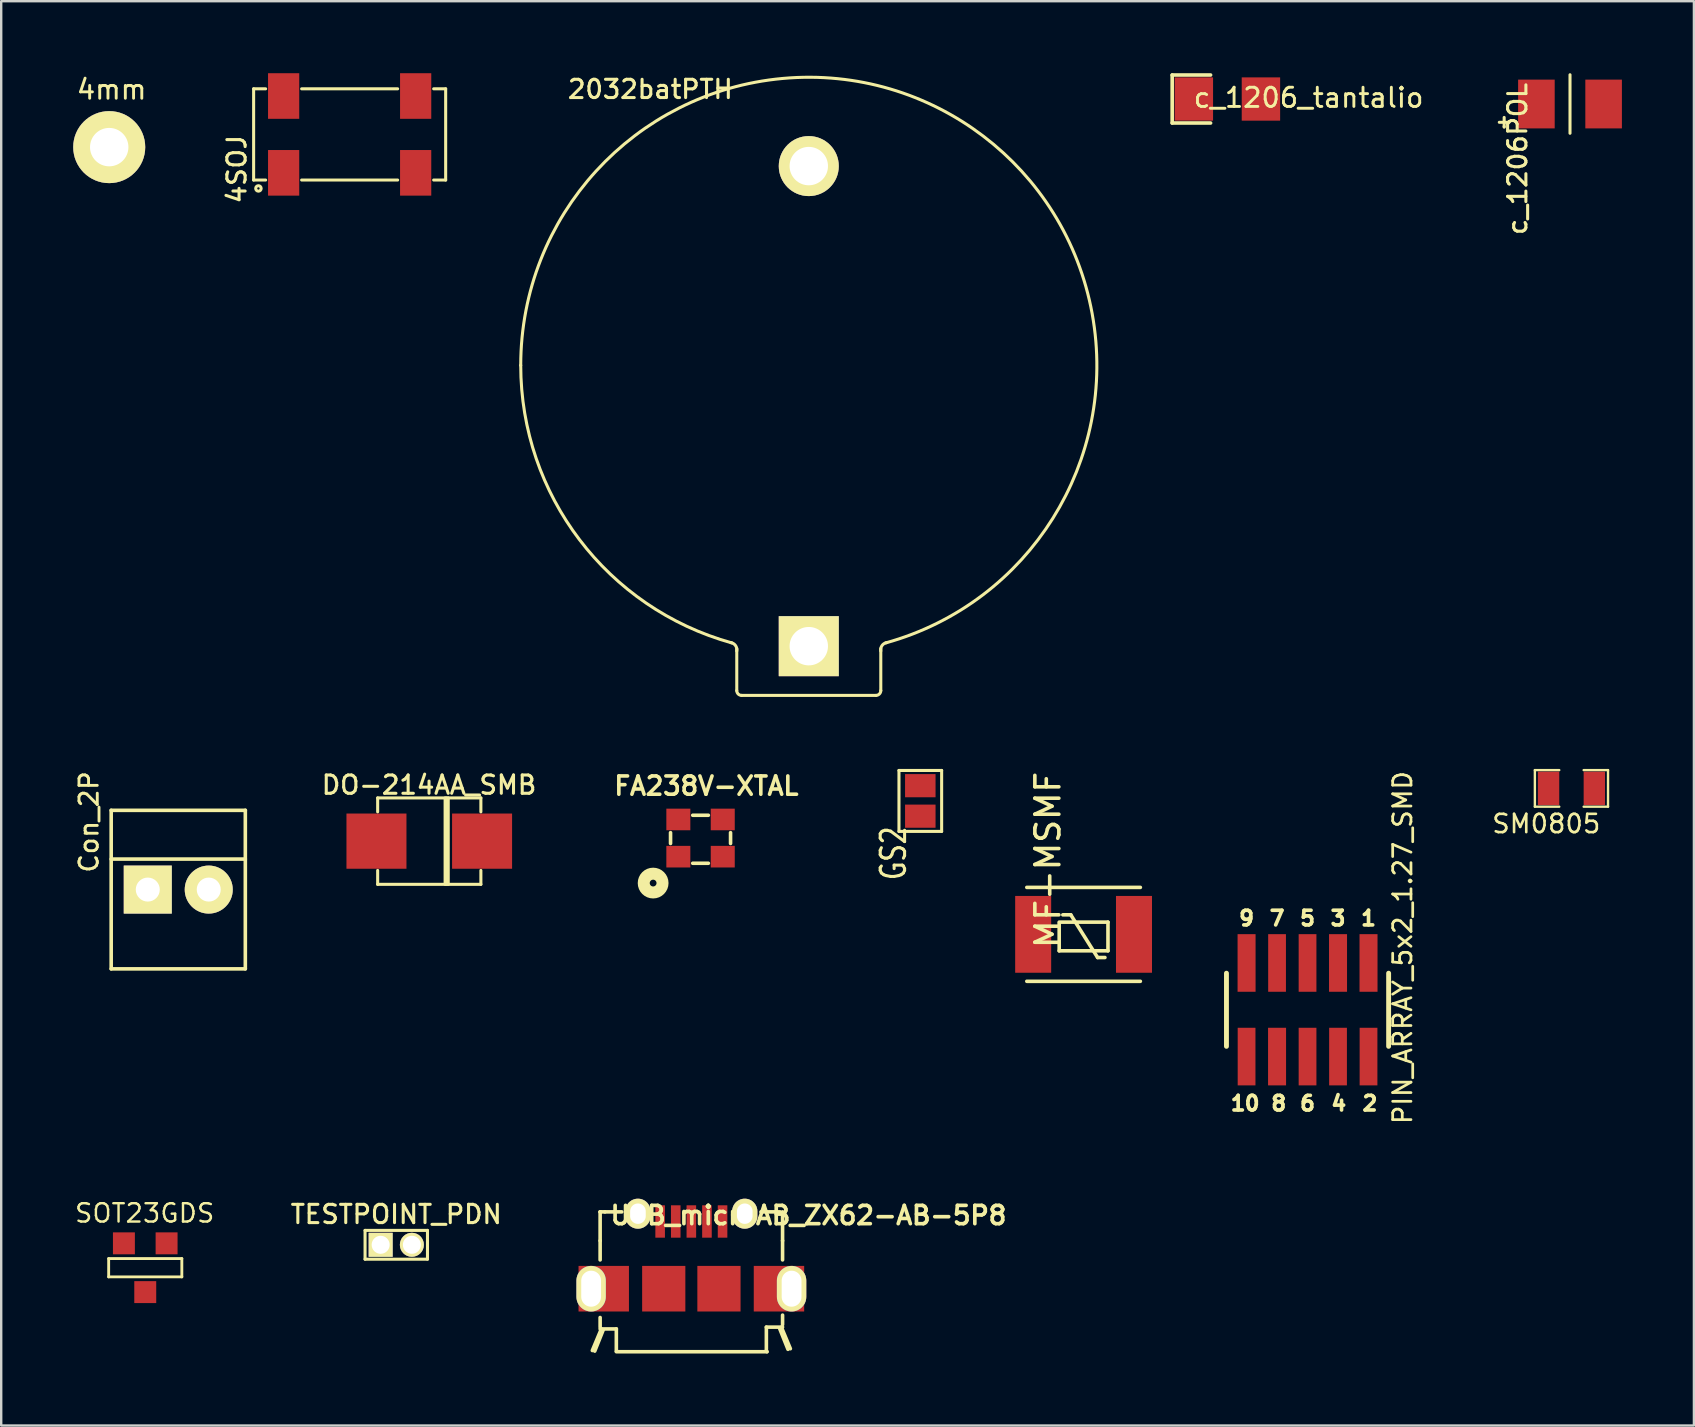
<source format=kicad_pcb>
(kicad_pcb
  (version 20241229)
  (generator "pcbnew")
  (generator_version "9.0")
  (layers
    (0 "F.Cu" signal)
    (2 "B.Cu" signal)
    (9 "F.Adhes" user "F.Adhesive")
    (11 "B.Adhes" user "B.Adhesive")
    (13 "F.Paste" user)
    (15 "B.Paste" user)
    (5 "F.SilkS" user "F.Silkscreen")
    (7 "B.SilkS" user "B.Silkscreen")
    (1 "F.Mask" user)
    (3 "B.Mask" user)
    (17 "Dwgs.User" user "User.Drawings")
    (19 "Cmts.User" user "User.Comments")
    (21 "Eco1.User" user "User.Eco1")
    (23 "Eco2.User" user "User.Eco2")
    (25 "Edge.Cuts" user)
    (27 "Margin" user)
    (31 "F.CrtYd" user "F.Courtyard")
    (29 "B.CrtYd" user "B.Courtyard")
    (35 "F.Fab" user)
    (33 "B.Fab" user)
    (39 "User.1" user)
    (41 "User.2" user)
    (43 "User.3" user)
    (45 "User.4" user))
  (footprint "SM0805"
    (layer "F.Cu")
    (at 62.415 29.794)
    (property "Reference" "SM0805" (at -1.048 1.474 0) (layer "F.SilkS") (effects (font (size 0.762 0.762) (thickness 0.109))))
    (attr smd)
    (fp_line (start -1.524 -0.762) (end -0.508 -0.762) (stroke (width 0.099) (type solid)) (layer "F.SilkS"))
    (fp_line (start -1.524 0.762) (end -1.524 -0.762) (stroke (width 0.099) (type solid)) (layer "F.SilkS"))
    (fp_line (start -0.508 0.762) (end -1.524 0.762) (stroke (width 0.099) (type solid)) (layer "F.SilkS"))
    (fp_line (start 0.508 -0.762) (end 1.524 -0.762) (stroke (width 0.099) (type solid)) (layer "F.SilkS"))
    (fp_line (start 1.524 -0.762) (end 1.524 0.762) (stroke (width 0.099) (type solid)) (layer "F.SilkS"))
    (fp_line (start 1.524 0.762) (end 0.508 0.762) (stroke (width 0.099) (type solid)) (layer "F.SilkS"))
    (pad "1" smd rect (at -0.953 0) (size 0.889 1.397) (layers "F.Cu" "F.Mask" "F.Paste"))
    (pad "2" smd rect (at 0.953 0) (size 0.889 1.397) (layers "F.Cu" "F.Mask" "F.Paste")))
  (footprint "GS2"
    (layer "F.Cu")
    (at 35.289 30.316)
    (property "Reference" "GS2" (at -1.118 2.184 90) (layer "F.SilkS") (effects (font (size 1.016 0.762) (thickness 0.127))))
    (attr exclude_from_pos_files exclude_from_bom)
    (fp_line (start -0.889 -1.27) (end -0.889 1.27) (stroke (width 0.127) (type solid)) (layer "F.SilkS"))
    (fp_line (start -0.889 -1.27) (end 0.889 -1.27) (stroke (width 0.127) (type solid)) (layer "F.SilkS"))
    (fp_line (start 0.889 1.27) (end -0.889 1.27) (stroke (width 0.127) (type solid)) (layer "F.SilkS"))
    (fp_line (start 0.889 1.27) (end 0.889 -1.27) (stroke (width 0.127) (type solid)) (layer "F.SilkS"))
    (pad "1" smd rect (at 0 -0.635) (size 1.27 0.965) (layers "F.Cu" "F.Mask" "F.Paste"))
    (pad "2" smd rect (at 0 0.635) (size 1.27 0.965) (layers "F.Cu" "F.Mask" "F.Paste")))
  (footprint "2032batPTH"
    (layer "F.Cu")
    (at 30.643 12.169)
    (property "Reference" "2032batPTH" (at -6.6 -11.5 0) (layer "F.SilkS") (effects (font (size 0.762 0.762) (thickness 0.127))))
    (attr through_hole)
    (fp_line (start -3 13.55) (end -3 11.8) (stroke (width 0.127) (type solid)) (layer "F.SilkS"))
    (fp_line (start -2.8 13.75) (end 2.8 13.75) (stroke (width 0.127) (type solid)) (layer "F.SilkS"))
    (fp_line (start 3 13.55) (end 3 11.8) (stroke (width 0.127) (type solid)) (layer "F.SilkS"))
    (fp_arc (start -12 0) (mid 7.263528 -9.552024) (end 3.206861 11.563565) (stroke (width 0.127) (type solid)) (layer "F.SilkS"))
    (fp_arc (start -3.25 11.55) (mid -3.052513 11.673223) (end -3 11.9) (stroke (width 0.127) (type solid)) (layer "F.SilkS"))
    (fp_arc (start -3.206861 11.563565) (mid -9.552024 7.263527) (end -12 0) (stroke (width 0.127) (type solid)) (layer "F.SilkS"))
    (fp_arc (start -2.8 13.75) (mid -2.941421 13.691421) (end -3 13.55) (stroke (width 0.127) (type solid)) (layer "F.SilkS"))
    (fp_arc (start 3 11.9) (mid 3.052513 11.673223) (end 3.25 11.55) (stroke (width 0.127) (type solid)) (layer "F.SilkS"))
    (fp_arc (start 3 13.55) (mid 2.941421 13.691421) (end 2.8 13.75) (stroke (width 0.127) (type solid)) (layer "F.SilkS"))
    (pad "1" thru_hole rect (at 0 11.7) (size 2.5 2.5) (drill 1.6) (layers "*.Cu" "*.Mask" "F.SilkS"))
    (pad "2" thru_hole circle (at 0 -8.3) (size 2.5 2.5) (drill 1.6) (layers "*.Cu" "*.Mask" "F.SilkS")))
  (footprint "SOT23GDS"
    (layer "F.Cu")
    (at 3.001 49.762)
    (property "Reference" "SOT23GDS" (at -0.024 -2.272 0) (layer "F.SilkS") (effects (font (size 0.762 0.762) (thickness 0.1))))
    (attr smd)
    (fp_line (start -1.524 -0.381) (end 1.524 -0.381) (stroke (width 0.119) (type solid)) (layer "F.SilkS"))
    (fp_line (start -1.524 0.381) (end -1.524 -0.381) (stroke (width 0.119) (type solid)) (layer "F.SilkS"))
    (fp_line (start 1.524 -0.381) (end 1.524 0.381) (stroke (width 0.119) (type solid)) (layer "F.SilkS"))
    (fp_line (start 1.524 0.381) (end -1.524 0.381) (stroke (width 0.119) (type solid)) (layer "F.SilkS"))
    (pad "D" smd rect (at 0 1.016) (size 0.914 0.914) (layers "F.Cu" "F.Mask" "F.Paste"))
    (pad "G" smd rect (at 0.889 -1.016) (size 0.914 0.914) (layers "F.Cu" "F.Mask" "F.Paste"))
    (pad "S" smd rect (at -0.889 -1.016) (size 0.914 0.914) (layers "F.Cu" "F.Mask" "F.Paste")))
  (footprint "TESTPOINT_PDN"
    (layer "F.Cu")
    (at 13.458 48.807)
    (property "Reference" "TESTPOINT_PDN" (at 0 -1.27 0) (layer "F.SilkS") (effects (font (size 0.762 0.762) (thickness 0.127))))
    (attr through_hole)
    (fp_line (start -1.3 -0.6) (end 1.3 -0.6) (stroke (width 0.127) (type solid)) (layer "F.SilkS"))
    (fp_line (start -1.3 0.6) (end -1.3 -0.6) (stroke (width 0.127) (type solid)) (layer "F.SilkS"))
    (fp_line (start 1.3 -0.6) (end 1.3 0.6) (stroke (width 0.127) (type solid)) (layer "F.SilkS"))
    (fp_line (start 1.3 0.6) (end -1.3 0.6) (stroke (width 0.127) (type solid)) (layer "F.SilkS"))
    (pad "1" thru_hole rect (at -0.65 0) (size 1 1) (drill 0.75) (layers "*.Cu" "*.Mask" "F.SilkS"))
    (pad "2" thru_hole circle (at 0.65 0) (size 1 1) (drill 0.75) (layers "*.Cu" "*.Mask" "F.SilkS")))
  (footprint "Con_2P"
    (layer "F.Cu")
    (at 4.376 32.231)
    (property "Reference" "Con_2P" (at -3.72 -1.04 90) (layer "F.SilkS") (effects (font (size 0.762 0.762) (thickness 0.12))))
    (attr through_hole)
    (fp_line (start -2.794 -1.524) (end -2.794 5.08) (stroke (width 0.15) (type solid)) (layer "F.SilkS"))
    (fp_line (start -2.794 0.508) (end 2.794 0.508) (stroke (width 0.15) (type solid)) (layer "F.SilkS"))
    (fp_line (start -2.794 5.08) (end 2.794 5.08) (stroke (width 0.15) (type solid)) (layer "F.SilkS"))
    (fp_line (start 2.794 -1.524) (end -2.794 -1.524) (stroke (width 0.15) (type solid)) (layer "F.SilkS"))
    (fp_line (start 2.794 5.08) (end 2.794 -1.524) (stroke (width 0.15) (type solid)) (layer "F.SilkS"))
    (pad "1" thru_hole rect (at -1.27 1.778) (size 2 2) (drill 1) (layers "*.Cu" "*.Mask" "F.SilkS"))
    (pad "2" thru_hole circle (at 1.27 1.778) (size 2 2) (drill 1) (layers "*.Cu" "*.Mask" "F.SilkS")))
  (footprint "USB_microAB_ZX62-AB-5P8"
    (layer "F.Cu")
    (at 25.751 47.836)
    (property "Reference" "USB_microAB_ZX62-AB-5P8" (at 4.879 -0.254 0) (layer "F.SilkS") (effects (font (size 0.762 0.762) (thickness 0.152))))
    (attr smd)
    (fp_line (start -3.8 -0.4) (end -3.775 -0.4) (stroke (width 0.15) (type solid)) (layer "F.SilkS"))
    (fp_line (start -3.8 -0.4) (end -3.6 -0.4) (stroke (width 0.15) (type solid)) (layer "F.SilkS"))
    (fp_line (start -3.8 0.8) (end -3.8 -0.4) (stroke (width 0.15) (type solid)) (layer "F.SilkS"))
    (fp_line (start -3.8 4.475) (end -3.125 4.475) (stroke (width 0.15) (type solid)) (layer "F.SilkS"))
    (fp_line (start -3.8 1.6) (end -3.8 0.8) (stroke (width 0.15) (type solid)) (layer "F.SilkS"))
    (fp_line (start -3.8 4.4) (end -3.8 4.001) (stroke (width 0.15) (type solid)) (layer "F.SilkS"))
    (fp_line (start -3.75 4.475) (end -4.125 5.375) (stroke (width 0.15) (type solid)) (layer "F.SilkS"))
    (fp_line (start -3.675 4.525) (end -4.025 5.4) (stroke (width 0.15) (type solid)) (layer "F.SilkS"))
    (fp_line (start -3.6 -0.4) (end -2.9 -0.4) (stroke (width 0.15) (type solid)) (layer "F.SilkS"))
    (fp_line (start -3.125 4.475) (end -3.125 5.4) (stroke (width 0.15) (type solid)) (layer "F.SilkS"))
    (fp_line (start -3.125 5.425) (end 3.15 5.425) (stroke (width 0.15) (type solid)) (layer "F.SilkS"))
    (fp_line (start 3.125 4.4) (end 3.125 5.325) (stroke (width 0.15) (type solid)) (layer "F.SilkS"))
    (fp_line (start 3.15 5.425) (end 3.125 5.375) (stroke (width 0.15) (type solid)) (layer "F.SilkS"))
    (fp_line (start 3.675 4.45) (end 4.025 5.325) (stroke (width 0.15) (type solid)) (layer "F.SilkS"))
    (fp_line (start 3.7 -0.4) (end 2.9 -0.4) (stroke (width 0.15) (type solid)) (layer "F.SilkS"))
    (fp_line (start 3.75 4.4) (end 4.125 5.3) (stroke (width 0.15) (type solid)) (layer "F.SilkS"))
    (fp_line (start 3.8 1.6) (end 3.8 0.8) (stroke (width 0.15) (type solid)) (layer "F.SilkS"))
    (fp_line (start 3.8 4.3) (end 3.8 3.901) (stroke (width 0.15) (type solid)) (layer "F.SilkS"))
    (fp_line (start 3.8 0.8) (end 3.8 -0.4) (stroke (width 0.15) (type solid)) (layer "F.SilkS"))
    (fp_line (start 3.8 4.4) (end 3.125 4.4) (stroke (width 0.15) (type solid)) (layer "F.SilkS"))
    (pad "1" smd rect (at -1.3 0) (size 0.399 1.349) (layers "F.Cu" "F.Mask" "F.Paste"))
    (pad "2" smd rect (at -0.65 0) (size 0.399 1.349) (layers "F.Cu" "F.Mask" "F.Paste"))
    (pad "3" smd rect (at 0 0) (size 0.399 1.349) (layers "F.Cu" "F.Mask" "F.Paste"))
    (pad "4" smd rect (at 0.65 0) (size 0.399 1.349) (layers "F.Cu" "F.Mask" "F.Paste"))
    (pad "5" smd rect (at 1.3 0) (size 0.399 1.349) (layers "F.Cu" "F.Mask" "F.Paste"))
    (pad "6" smd rect (at 3.65 2.8) (size 2.1 1.9) (layers "F.Cu" "F.Mask" "F.Paste"))
    (pad "6" thru_hole oval (at 4.175 2.8) (size 1.225 1.9) (drill oval 0.825 1.5) (layers "*.Cu" "*.Mask" "F.SilkS"))
    (pad "7" thru_hole oval (at -4.175 2.8) (size 1.225 1.9) (drill oval 0.825 1.5) (layers "*.Cu" "*.Mask" "F.SilkS"))
    (pad "7" smd rect (at -3.65 2.8) (size 2.1 1.9) (layers "F.Cu" "F.Mask" "F.Paste"))
    (pad "7" thru_hole oval (at -2.225 -0.325) (size 1.05 1.25) (drill oval 0.65 0.85) (layers "*.Cu" "*.Mask" "F.SilkS"))
    (pad "7" thru_hole oval (at 2.225 -0.325) (size 1.05 1.25) (drill oval 0.65 0.85) (layers "*.Cu" "*.Mask" "F.SilkS"))
    (pad "8" smd rect (at -1.15 2.8) (size 1.8 1.9) (layers "F.Cu" "F.Mask" "F.Paste"))
    (pad "9" smd rect (at 1.15 2.8) (size 1.8 1.9) (layers "F.Cu" "F.Mask" "F.Paste")))
  (footprint "DO-214AA_SMB"
    (layer "F.Cu")
    (at 14.833 31.991)
    (property "Reference" "DO-214AA_SMB" (at -0.01 -2.34 0) (layer "F.SilkS") (effects (font (size 0.762 0.762) (thickness 0.127))))
    (attr smd)
    (fp_line (start -2.15 -1.8) (end -2.15 -1.22) (stroke (width 0.127) (type solid)) (layer "F.SilkS"))
    (fp_line (start -2.15 -1.8) (end 2.15 -1.8) (stroke (width 0.127) (type solid)) (layer "F.SilkS"))
    (fp_line (start -2.15 1.8) (end -2.15 1.22) (stroke (width 0.127) (type solid)) (layer "F.SilkS"))
    (fp_line (start -2.15 1.8) (end 2.15 1.8) (stroke (width 0.127) (type solid)) (layer "F.SilkS"))
    (fp_line (start 0.66 -1.8) (end 0.66 1.8) (stroke (width 0.127) (type solid)) (layer "F.SilkS"))
    (fp_line (start 0.72 1.8) (end 0.72 -1.8) (stroke (width 0.127) (type solid)) (layer "F.SilkS"))
    (fp_line (start 0.79 -1.8) (end 0.79 1.8) (stroke (width 0.127) (type solid)) (layer "F.SilkS"))
    (fp_line (start 2.15 -1.8) (end 2.15 -1.22) (stroke (width 0.127) (type solid)) (layer "F.SilkS"))
    (fp_line (start 2.15 1.8) (end 2.15 1.22) (stroke (width 0.127) (type solid)) (layer "F.SilkS"))
    (pad "1" smd rect (at -2.2 0) (size 2.5 2.3) (layers "F.Cu" "F.Mask" "F.Paste"))
    (pad "2" smd rect (at 2.2 0) (size 2.5 2.3) (layers "F.Cu" "F.Mask" "F.Paste")))
  (footprint "4mm"
    (layer "F.Cu")
    (at 1.5 3.079)
    (property "Reference" "4mm" (at 0.1 -2.4 0) (layer "F.SilkS") (effects (font (size 0.8 0.8) (thickness 0.12))))
    (attr through_hole)
    (pad "1" thru_hole circle (at 0 0) (size 3 3) (drill 1.6) (layers "*.Cu" "*.Mask" "F.SilkS")))
  (footprint "MF-MSMF"
    (layer "F.Cu")
    (at 42.091 35.874)
    (property "Reference" "MF-MSMF" (at -1.485 -3.1 90) (layer "F.SilkS") (effects (font (size 1 1) (thickness 0.15))))
    (attr through_hole)
    (fp_line (start -2.365 -1.956) (end 2.365 -1.956) (stroke (width 0.15) (type solid)) (layer "F.SilkS"))
    (fp_line (start -1.016 -0.457) (end -1.016 0.686) (stroke (width 0.15) (type solid)) (layer "F.SilkS"))
    (fp_line (start -1.016 0.686) (end 1.016 0.686) (stroke (width 0.15) (type solid)) (layer "F.SilkS"))
    (fp_line (start -0.864 -0.813) (end -0.533 -0.813) (stroke (width 0.15) (type solid)) (layer "F.SilkS"))
    (fp_line (start 0.584 0.965) (end -0.533 -0.813) (stroke (width 0.15) (type solid)) (layer "F.SilkS"))
    (fp_line (start 0.889 0.965) (end 0.584 0.965) (stroke (width 0.15) (type solid)) (layer "F.SilkS"))
    (fp_line (start 1.016 -0.508) (end -1.016 -0.508) (stroke (width 0.15) (type solid)) (layer "F.SilkS"))
    (fp_line (start 1.016 0.686) (end 1.016 -0.508) (stroke (width 0.15) (type solid)) (layer "F.SilkS"))
    (fp_line (start 2.365 1.956) (end -2.365 1.956) (stroke (width 0.15) (type solid)) (layer "F.SilkS"))
    (pad "1" smd rect (at -2.1 0) (size 1.5 3.2) (layers "F.Cu" "F.Mask" "F.Paste"))
    (pad "2" smd rect (at 2.1 0) (size 1.5 3.2) (layers "F.Cu" "F.Mask" "F.Paste")))
  (footprint "PIN_ARRAY_5x2_1.27_SMD"
    (layer "F.Cu")
    (at 51.421 39.016)
    (property "Reference" "PIN_ARRAY_5x2_1.27_SMD" (at 3.962 -2.591 90) (layer "F.SilkS") (effects (font (size 0.762 0.762) (thickness 0.114))))
    (attr through_hole)
    (fp_line (start -3.378 -1.524) (end -3.378 1.524) (stroke (width 0.203) (type solid)) (layer "F.SilkS"))
    (fp_line (start 3.378 1.524) (end 3.378 -1.524) (stroke (width 0.203) (type solid)) (layer "F.SilkS"))
    (fp_text user "2" (at 2.6 3.9 0) (layer "F.SilkS") (effects (font (size 0.61 0.61) (thickness 0.152))))
    (fp_text user "1" (at 2.54 -3.81 0) (layer "F.SilkS") (effects (font (size 0.61 0.61) (thickness 0.152))))
    (fp_text user "9" (at -2.54 -3.81 0) (layer "F.SilkS") (effects (font (size 0.61 0.61) (thickness 0.152))))
    (fp_text user "5" (at 0 -3.81 0) (layer "F.SilkS") (effects (font (size 0.61 0.61) (thickness 0.152))))
    (fp_text user "3" (at 1.27 -3.81 0) (layer "F.SilkS") (effects (font (size 0.61 0.61) (thickness 0.152))))
    (fp_text user "10" (at -2.6 3.9 0) (layer "F.SilkS") (effects (font (size 0.61 0.61) (thickness 0.152))))
    (fp_text user "7" (at -1.27 -3.81 0) (layer "F.SilkS") (effects (font (size 0.61 0.61) (thickness 0.152))))
    (fp_text user "6" (at 0 3.9 0) (layer "F.SilkS") (effects (font (size 0.61 0.61) (thickness 0.152))))
    (fp_text user "4" (at 1.3 3.9 0) (layer "F.SilkS") (effects (font (size 0.61 0.61) (thickness 0.152))))
    (fp_text user "8" (at -1.2 3.9 0) (layer "F.SilkS") (effects (font (size 0.61 0.61) (thickness 0.152))))
    (pad "1" smd rect (at 2.54 -1.95) (size 0.75 2.4) (layers "F.Cu" "F.Mask" "F.Paste"))
    (pad "2" smd rect (at 2.54 1.95) (size 0.74 2.4) (layers "F.Cu" "F.Mask" "F.Paste"))
    (pad "3" smd rect (at 1.27 -1.95) (size 0.75 2.4) (layers "F.Cu" "F.Mask" "F.Paste"))
    (pad "4" smd rect (at 1.27 1.95) (size 0.74 2.4) (layers "F.Cu" "F.Mask" "F.Paste"))
    (pad "5" smd rect (at 0 -1.95) (size 0.74 2.4) (layers "F.Cu" "F.Mask" "F.Paste"))
    (pad "6" smd rect (at 0 1.95) (size 0.74 2.4) (layers "F.Cu" "F.Mask" "F.Paste"))
    (pad "7" smd rect (at -1.27 -1.95) (size 0.74 2.4) (layers "F.Cu" "F.Mask" "F.Paste"))
    (pad "8" smd rect (at -1.27 1.95) (size 0.75 2.4) (layers "F.Cu" "F.Mask" "F.Paste"))
    (pad "9" smd rect (at -2.54 -1.95) (size 0.75 2.4) (layers "F.Cu" "F.Mask" "F.Paste"))
    (pad "10" smd rect (at -2.54 1.95) (size 0.74 2.4) (layers "F.Cu" "F.Mask" "F.Paste")))
  (footprint "c_1206_tantalio"
    (layer "F.Cu")
    (at 48.082 1.075)
    (property "Reference" "c_1206_tantalio" (at 3.383 -0.055 0) (layer "F.SilkS") (effects (font (size 0.8 0.8) (thickness 0.12))))
    (attr through_hole)
    (fp_line (start -2.3 -1) (end -2.3 1) (stroke (width 0.15) (type solid)) (layer "F.SilkS"))
    (fp_line (start -2.3 1) (end -0.7 1) (stroke (width 0.15) (type solid)) (layer "F.SilkS"))
    (fp_line (start -0.7 -1) (end -2.3 -1) (stroke (width 0.15) (type solid)) (layer "F.SilkS"))
    (pad "1" smd rect (at -1.397 0) (size 1.6 1.803) (layers "F.Cu" "F.Mask" "F.Paste"))
    (pad "2" smd rect (at 1.397 0) (size 1.6 1.803) (layers "F.Cu" "F.Mask" "F.Paste")))
  (footprint "4SOJ"
    (layer "F.Cu")
    (at 11.516 2.55)
    (property "Reference" "4SOJ" (at -4.7 1.45 90) (layer "F.SilkS") (effects (font (size 0.762 0.762) (thickness 0.127))))
    (attr through_hole)
    (fp_line (start -4 -1.9) (end -3.5 -1.9) (stroke (width 0.127) (type solid)) (layer "F.SilkS"))
    (fp_line (start -4 1.9) (end -4 -1.9) (stroke (width 0.127) (type solid)) (layer "F.SilkS"))
    (fp_line (start -3.5 1.9) (end -4 1.9) (stroke (width 0.127) (type solid)) (layer "F.SilkS"))
    (fp_line (start -2 -1.9) (end 2 -1.9) (stroke (width 0.127) (type solid)) (layer "F.SilkS"))
    (fp_line (start 2 1.9) (end -2 1.9) (stroke (width 0.127) (type solid)) (layer "F.SilkS"))
    (fp_line (start 3.5 -1.9) (end 4 -1.9) (stroke (width 0.127) (type solid)) (layer "F.SilkS"))
    (fp_line (start 4 -1.9) (end 4 1.9) (stroke (width 0.127) (type solid)) (layer "F.SilkS"))
    (fp_line (start 4 1.9) (end 3.5 1.9) (stroke (width 0.127) (type solid)) (layer "F.SilkS"))
    (fp_circle (center -3.8 2.25) (end -3.75 2.25) (stroke (width 0.127) (type solid)) (fill no) (layer "F.SilkS"))
    (pad "1" smd rect (at -2.75 1.6) (size 1.3 1.9) (layers "F.Cu" "F.Mask" "F.Paste"))
    (pad "2" smd rect (at 2.75 1.6) (size 1.3 1.9) (layers "F.Cu" "F.Mask" "F.Paste"))
    (pad "3" smd rect (at -2.75 -1.6) (size 1.3 1.9) (layers "F.Cu" "F.Mask" "F.Paste"))
    (pad "4" smd rect (at 2.75 -1.6) (size 1.3 1.9) (layers "F.Cu" "F.Mask" "F.Paste")))
  (footprint "c_1206POL"
    (layer "F.Cu")
    (at 62.355 1.283)
    (property "Reference" "c_1206POL" (at -2.184 2.286 90) (layer "F.SilkS") (effects (font (size 0.762 0.762) (thickness 0.127))))
    (attr smd)
    (fp_line (start -2.946 0.762) (end -2.565 0.762) (stroke (width 0.127) (type solid)) (layer "F.SilkS"))
    (fp_line (start -2.743 0.559) (end -2.743 0.94) (stroke (width 0.127) (type solid)) (layer "F.SilkS"))
    (fp_line (start -2.743 0.94) (end -2.743 0.965) (stroke (width 0.127) (type solid)) (layer "F.SilkS"))
    (fp_line (start -2.565 0.762) (end -2.54 0.762) (stroke (width 0.127) (type solid)) (layer "F.SilkS"))
    (fp_line (start 0 1.219) (end 0 -1.219) (stroke (width 0.127) (type solid)) (layer "F.SilkS"))
    (pad "1" smd rect (at -1.4 0) (size 1.524 2.032) (layers "F.Cu" "F.Mask" "F.Paste"))
    (pad "2" smd rect (at 1.4 0) (size 1.524 2.032) (layers "F.Cu" "F.Mask" "F.Paste")))
  (footprint "FA238V-XTAL"
    (layer "F.Cu")
    (at 25.209 32.638)
    (property "Reference" "FA238V-XTAL" (at 1.168 -2.946 0) (layer "F.SilkS") (effects (font (size 0.762 0.762) (thickness 0.15))))
    (attr through_hole)
    (fp_line (start -0.325 -0.55) (end -0.325 -1) (stroke (width 0.15) (type solid)) (layer "F.SilkS"))
    (fp_line (start 0.6 0.275) (end 1.25 0.275) (stroke (width 0.15) (type solid)) (layer "F.SilkS"))
    (fp_line (start 1.25 -1.725) (end 0.6 -1.725) (stroke (width 0.15) (type solid)) (layer "F.SilkS"))
    (fp_line (start 2.175 -1) (end 2.175 -0.55) (stroke (width 0.15) (type solid)) (layer "F.SilkS"))
    (fp_circle (center -1.05 1.1) (end -0.95 1.2) (stroke (width 0.5) (type solid)) (fill no) (layer "F.SilkS"))
    (pad "1" smd rect (at 0 0) (size 1 0.9) (layers "F.Cu" "F.Mask" "F.Paste"))
    (pad "2" smd rect (at 1.85 0) (size 1 0.9) (layers "F.Cu" "F.Mask" "F.Paste"))
    (pad "3" smd rect (at 1.85 -1.55) (size 1 0.9) (layers "F.Cu" "F.Mask" "F.Paste"))
    (pad "4" smd rect (at 0 -1.55) (size 1 0.9) (layers "F.Cu" "F.Mask" "F.Paste")))
  (gr_rect
    (start -3 -3)
    (end 67.517 56.336)
    (stroke (width 0.1) (type default))
    (fill no)
    (layer "Edge.Cuts")))
</source>
